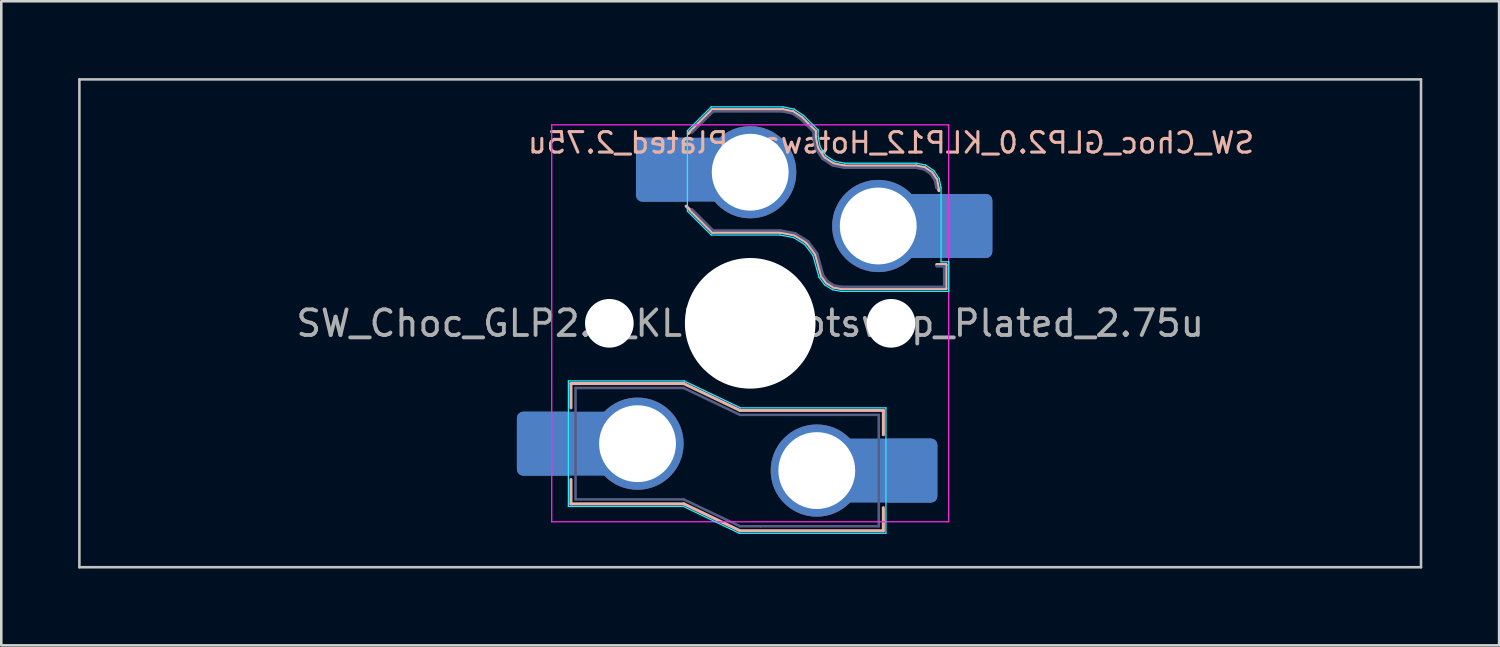
<source format=kicad_pcb>
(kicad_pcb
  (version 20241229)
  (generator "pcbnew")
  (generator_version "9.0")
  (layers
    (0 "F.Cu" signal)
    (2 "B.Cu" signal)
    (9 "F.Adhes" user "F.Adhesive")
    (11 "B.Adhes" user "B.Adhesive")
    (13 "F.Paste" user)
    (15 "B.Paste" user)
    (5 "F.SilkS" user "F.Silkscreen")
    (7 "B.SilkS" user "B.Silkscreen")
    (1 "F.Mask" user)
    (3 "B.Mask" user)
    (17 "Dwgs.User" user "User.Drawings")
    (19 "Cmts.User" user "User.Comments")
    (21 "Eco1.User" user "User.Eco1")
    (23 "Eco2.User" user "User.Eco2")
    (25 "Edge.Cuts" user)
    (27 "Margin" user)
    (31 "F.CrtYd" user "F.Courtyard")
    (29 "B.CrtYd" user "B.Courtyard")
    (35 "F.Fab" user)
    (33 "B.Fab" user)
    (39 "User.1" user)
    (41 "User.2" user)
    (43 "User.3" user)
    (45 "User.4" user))
  (footprint "SW_Choc_GLP2.0_KLP12_Hotswap_Plated_2.75u"
    (layer "F.Cu")
    (at 26.244 9.575)
    (property "Reference" "SW_Choc_GLP2.0_KLP12_Hotswap_Plated_2.75u" (at 5.5 -7.05 0) (layer "B.SilkS") (effects (font (size 0.8 0.8) (thickness 0.12)) (justify mirror)))
    (attr smd)
    (fp_line (start -7 2.35) (end -7 3.3) (stroke (width 0.12) (type solid)) (layer "B.SilkS"))
    (fp_line (start -7 2.35) (end -2.6 2.35) (stroke (width 0.12) (type solid)) (layer "B.SilkS"))
    (fp_line (start -7 7.05) (end -7 6.1) (stroke (width 0.12) (type solid)) (layer "B.SilkS"))
    (fp_line (start -7 7.05) (end -2.59 7.05) (stroke (width 0.12) (type solid)) (layer "B.SilkS"))
    (fp_line (start -2.6 2.35) (end -0.4 3.4) (stroke (width 0.12) (type solid)) (layer "B.SilkS"))
    (fp_line (start -2.59 7.05) (end -0.4 8.1) (stroke (width 0.12) (type solid)) (layer "B.SilkS"))
    (fp_line (start -2.416 -7.409) (end -1.479 -8.346) (stroke (width 0.12) (type solid)) (layer "B.SilkS"))
    (fp_line (start -1.479 -8.346) (end 1.268 -8.346) (stroke (width 0.12) (type solid)) (layer "B.SilkS"))
    (fp_line (start -1.479 -3.554) (end -2.5 -4.575) (stroke (width 0.12) (type solid)) (layer "B.SilkS"))
    (fp_line (start 1.168 -3.554) (end -1.479 -3.554) (stroke (width 0.12) (type solid)) (layer "B.SilkS"))
    (fp_line (start 1.268 -8.346) (end 1.671 -8.266) (stroke (width 0.12) (type solid)) (layer "B.SilkS"))
    (fp_line (start 1.671 -8.266) (end 2.013 -8.037) (stroke (width 0.12) (type solid)) (layer "B.SilkS"))
    (fp_line (start 1.73 -3.449) (end 1.168 -3.554) (stroke (width 0.12) (type solid)) (layer "B.SilkS"))
    (fp_line (start 2.013 -8.037) (end 2.546 -7.504) (stroke (width 0.12) (type solid)) (layer "B.SilkS"))
    (fp_line (start 2.209 -3.15) (end 1.73 -3.449) (stroke (width 0.12) (type solid)) (layer "B.SilkS"))
    (fp_line (start 2.546 -7.504) (end 2.546 -7.282) (stroke (width 0.12) (type solid)) (layer "B.SilkS"))
    (fp_line (start 2.546 -7.282) (end 2.633 -6.844) (stroke (width 0.12) (type solid)) (layer "B.SilkS"))
    (fp_line (start 2.547 -2.697) (end 2.209 -3.15) (stroke (width 0.12) (type solid)) (layer "B.SilkS"))
    (fp_line (start 2.633 -6.844) (end 2.877 -6.477) (stroke (width 0.12) (type solid)) (layer "B.SilkS"))
    (fp_line (start 2.701 -2.139) (end 2.547 -2.697) (stroke (width 0.12) (type solid)) (layer "B.SilkS"))
    (fp_line (start 2.783 -1.841) (end 2.701 -2.139) (stroke (width 0.12) (type solid)) (layer "B.SilkS"))
    (fp_line (start 2.877 -6.477) (end 3.244 -6.233) (stroke (width 0.12) (type solid)) (layer "B.SilkS"))
    (fp_line (start 2.976 -1.583) (end 2.783 -1.841) (stroke (width 0.12) (type solid)) (layer "B.SilkS"))
    (fp_line (start 3.244 -6.233) (end 3.682 -6.146) (stroke (width 0.12) (type solid)) (layer "B.SilkS"))
    (fp_line (start 3.25 -1.413) (end 2.976 -1.583) (stroke (width 0.12) (type solid)) (layer "B.SilkS"))
    (fp_line (start 3.56 -1.354) (end 3.25 -1.413) (stroke (width 0.12) (type solid)) (layer "B.SilkS"))
    (fp_line (start 3.682 -6.146) (end 6.482 -6.146) (stroke (width 0.12) (type solid)) (layer "B.SilkS"))
    (fp_line (start 5.2 3.4) (end -0.4 3.4) (stroke (width 0.12) (type solid)) (layer "B.SilkS"))
    (fp_line (start 5.2 3.4) (end 5.2 4.35) (stroke (width 0.12) (type solid)) (layer "B.SilkS"))
    (fp_line (start 5.2 8.1) (end -0.4 8.1) (stroke (width 0.12) (type solid)) (layer "B.SilkS"))
    (fp_line (start 5.2 8.1) (end 5.2 7.2) (stroke (width 0.12) (type solid)) (layer "B.SilkS"))
    (fp_line (start 6.482 -6.146) (end 6.809 -6.081) (stroke (width 0.12) (type solid)) (layer "B.SilkS"))
    (fp_line (start 6.809 -6.081) (end 7.092 -5.892) (stroke (width 0.12) (type solid)) (layer "B.SilkS"))
    (fp_line (start 7.092 -5.892) (end 7.281 -5.609) (stroke (width 0.12) (type solid)) (layer "B.SilkS"))
    (fp_line (start 7.281 -5.609) (end 7.366 -5.182) (stroke (width 0.12) (type solid)) (layer "B.SilkS"))
    (fp_line (start 7.283 -2.296) (end 7.646 -2.296) (stroke (width 0.12) (type solid)) (layer "B.SilkS"))
    (fp_line (start 7.646 -2.296) (end 7.646 -1.354) (stroke (width 0.12) (type solid)) (layer "B.SilkS"))
    (fp_line (start 7.646 -1.354) (end 3.56 -1.354) (stroke (width 0.12) (type solid)) (layer "B.SilkS"))
    (fp_line (start -26.194 -9.525) (end -26.194 9.525) (stroke (width 0.1) (type default)) (layer "Dwgs.User"))
    (fp_line (start -26.194 -9.525) (end 26.194 -9.525) (stroke (width 0.1) (type solid)) (layer "Dwgs.User"))
    (fp_line (start -26.194 9.525) (end 26.194 9.525) (stroke (width 0.1) (type solid)) (layer "Dwgs.User"))
    (fp_line (start 26.194 -9.525) (end 26.194 9.525) (stroke (width 0.1) (type default)) (layer "Dwgs.User"))
    (fp_line (start -7.1 2.25) (end -7.1 7.15) (stroke (width 0.05) (type solid)) (layer "B.CrtYd"))
    (fp_line (start -7.1 2.25) (end -2.58 2.25) (stroke (width 0.05) (type solid)) (layer "B.CrtYd"))
    (fp_line (start -7.1 7.15) (end -2.615 7.15) (stroke (width 0.05) (type solid)) (layer "B.CrtYd"))
    (fp_line (start -2.615 7.15) (end -0.425 8.2) (stroke (width 0.05) (type solid)) (layer "B.CrtYd"))
    (fp_line (start -2.58 2.25) (end -0.38 3.3) (stroke (width 0.05) (type solid)) (layer "B.CrtYd"))
    (fp_line (start -2.452 -7.523) (end -1.523 -8.452) (stroke (width 0.05) (type solid)) (layer "B.CrtYd"))
    (fp_line (start -2.452 -4.377) (end -2.452 -7.523) (stroke (width 0.05) (type solid)) (layer "B.CrtYd"))
    (fp_line (start -1.523 -8.452) (end 1.278 -8.452) (stroke (width 0.05) (type solid)) (layer "B.CrtYd"))
    (fp_line (start -1.523 -3.448) (end -2.452 -4.377) (stroke (width 0.05) (type solid)) (layer "B.CrtYd"))
    (fp_line (start 1.159 -3.448) (end -1.523 -3.448) (stroke (width 0.05) (type solid)) (layer "B.CrtYd"))
    (fp_line (start 1.278 -8.452) (end 1.712 -8.366) (stroke (width 0.05) (type solid)) (layer "B.CrtYd"))
    (fp_line (start 1.691 -3.348) (end 1.159 -3.448) (stroke (width 0.05) (type solid)) (layer "B.CrtYd"))
    (fp_line (start 1.712 -8.366) (end 2.081 -8.119) (stroke (width 0.05) (type solid)) (layer "B.CrtYd"))
    (fp_line (start 2.081 -8.119) (end 2.652 -7.548) (stroke (width 0.05) (type solid)) (layer "B.CrtYd"))
    (fp_line (start 2.136 -3.071) (end 1.691 -3.348) (stroke (width 0.05) (type solid)) (layer "B.CrtYd"))
    (fp_line (start 2.45 -2.65) (end 2.136 -3.071) (stroke (width 0.05) (type solid)) (layer "B.CrtYd"))
    (fp_line (start 2.599 -2.111) (end 2.45 -2.65) (stroke (width 0.05) (type solid)) (layer "B.CrtYd"))
    (fp_line (start 2.652 -7.548) (end 2.652 -7.292) (stroke (width 0.05) (type solid)) (layer "B.CrtYd"))
    (fp_line (start 2.652 -7.292) (end 2.733 -6.885) (stroke (width 0.05) (type solid)) (layer "B.CrtYd"))
    (fp_line (start 2.687 -1.794) (end 2.599 -2.111) (stroke (width 0.05) (type solid)) (layer "B.CrtYd"))
    (fp_line (start 2.733 -6.885) (end 2.953 -6.553) (stroke (width 0.05) (type solid)) (layer "B.CrtYd"))
    (fp_line (start 2.903 -1.503) (end 2.687 -1.794) (stroke (width 0.05) (type solid)) (layer "B.CrtYd"))
    (fp_line (start 2.953 -6.553) (end 3.285 -6.333) (stroke (width 0.05) (type solid)) (layer "B.CrtYd"))
    (fp_line (start 3.211 -1.312) (end 2.903 -1.503) (stroke (width 0.05) (type solid)) (layer "B.CrtYd"))
    (fp_line (start 3.285 -6.333) (end 3.692 -6.252) (stroke (width 0.05) (type solid)) (layer "B.CrtYd"))
    (fp_line (start 3.55 -1.248) (end 3.211 -1.312) (stroke (width 0.05) (type solid)) (layer "B.CrtYd"))
    (fp_line (start 3.692 -6.252) (end 6.492 -6.252) (stroke (width 0.05) (type solid)) (layer "B.CrtYd"))
    (fp_line (start 5.3 3.3) (end -0.38 3.3) (stroke (width 0.05) (type solid)) (layer "B.CrtYd"))
    (fp_line (start 5.3 3.3) (end 5.3 8.2) (stroke (width 0.05) (type solid)) (layer "B.CrtYd"))
    (fp_line (start 5.3 8.2) (end -0.425 8.2) (stroke (width 0.05) (type solid)) (layer "B.CrtYd"))
    (fp_line (start 6.492 -6.252) (end 6.85 -6.181) (stroke (width 0.05) (type solid)) (layer "B.CrtYd"))
    (fp_line (start 6.85 -6.181) (end 7.168 -5.968) (stroke (width 0.05) (type solid)) (layer "B.CrtYd"))
    (fp_line (start 7.168 -5.968) (end 7.381 -5.65) (stroke (width 0.05) (type solid)) (layer "B.CrtYd"))
    (fp_line (start 7.381 -5.65) (end 7.452 -5.292) (stroke (width 0.05) (type solid)) (layer "B.CrtYd"))
    (fp_line (start 7.452 -5.292) (end 7.452 -2.402) (stroke (width 0.05) (type solid)) (layer "B.CrtYd"))
    (fp_line (start 7.452 -2.402) (end 7.752 -2.402) (stroke (width 0.05) (type solid)) (layer "B.CrtYd"))
    (fp_line (start 7.752 -2.402) (end 7.752 -1.248) (stroke (width 0.05) (type solid)) (layer "B.CrtYd"))
    (fp_line (start 7.752 -1.248) (end 3.55 -1.248) (stroke (width 0.05) (type solid)) (layer "B.CrtYd"))
    (fp_line (start -7.75 7.75) (end -7.75 -7.75) (stroke (width 0.05) (type solid)) (layer "F.CrtYd"))
    (fp_line (start 7.75 -7.75) (end -7.75 -7.75) (stroke (width 0.05) (type solid)) (layer "F.CrtYd"))
    (fp_line (start 7.75 -7.75) (end 7.75 7.75) (stroke (width 0.05) (type solid)) (layer "F.CrtYd"))
    (fp_line (start 7.75 7.75) (end -7.75 7.75) (stroke (width 0.05) (type solid)) (layer "F.CrtYd"))
    (fp_line (start -6.82 2.525) (end -6.82 6.875) (stroke (width 0.1) (type solid)) (layer "B.Fab"))
    (fp_line (start -6.82 2.525) (end -2.6 2.525) (stroke (width 0.1) (type solid)) (layer "B.Fab"))
    (fp_line (start -6.82 6.875) (end -2.6 6.875) (stroke (width 0.1) (type solid)) (layer "B.Fab"))
    (fp_line (start -2.6 2.525) (end -0.4 3.575) (stroke (width 0.1) (type solid)) (layer "B.Fab"))
    (fp_line (start -2.6 6.875) (end -0.4 7.925) (stroke (width 0.1) (type solid)) (layer "B.Fab"))
    (fp_line (start -2.275 -7.45) (end -1.45 -8.275) (stroke (width 0.1) (type solid)) (layer "B.Fab"))
    (fp_line (start -1.45 -8.275) (end 1.261 -8.275) (stroke (width 0.1) (type solid)) (layer "B.Fab"))
    (fp_line (start -1.45 -3.625) (end -2.275 -4.45) (stroke (width 0.1) (type solid)) (layer "B.Fab"))
    (fp_line (start 0.4 7.925) (end -0.4 7.925) (stroke (width 0.1) (type solid)) (layer "B.Fab"))
    (fp_line (start 1.175 -3.625) (end -1.45 -3.625) (stroke (width 0.1) (type solid)) (layer "B.Fab"))
    (fp_line (start 1.261 -8.275) (end 1.643 -8.199) (stroke (width 0.1) (type solid)) (layer "B.Fab"))
    (fp_line (start 1.643 -8.199) (end 1.968 -7.982) (stroke (width 0.1) (type solid)) (layer "B.Fab"))
    (fp_line (start 1.756 -3.516) (end 1.175 -3.625) (stroke (width 0.1) (type solid)) (layer "B.Fab"))
    (fp_line (start 1.968 -7.982) (end 2.475 -7.475) (stroke (width 0.1) (type solid)) (layer "B.Fab"))
    (fp_line (start 2.258 -3.203) (end 1.756 -3.516) (stroke (width 0.1) (type solid)) (layer "B.Fab"))
    (fp_line (start 2.475 -7.475) (end 2.475 -7.275) (stroke (width 0.1) (type solid)) (layer "B.Fab"))
    (fp_line (start 2.475 -7.275) (end 2.566 -6.816) (stroke (width 0.1) (type solid)) (layer "B.Fab"))
    (fp_line (start 2.566 -6.816) (end 2.826 -6.426) (stroke (width 0.1) (type solid)) (layer "B.Fab"))
    (fp_line (start 2.612 -2.729) (end 2.258 -3.203) (stroke (width 0.1) (type solid)) (layer "B.Fab"))
    (fp_line (start 2.769 -2.158) (end 2.612 -2.729) (stroke (width 0.1) (type solid)) (layer "B.Fab"))
    (fp_line (start 2.826 -6.426) (end 3.216 -6.166) (stroke (width 0.1) (type solid)) (layer "B.Fab"))
    (fp_line (start 2.848 -1.873) (end 2.769 -2.158) (stroke (width 0.1) (type solid)) (layer "B.Fab"))
    (fp_line (start 3.025 -1.636) (end 2.848 -1.873) (stroke (width 0.1) (type solid)) (layer "B.Fab"))
    (fp_line (start 3.216 -6.166) (end 3.675 -6.075) (stroke (width 0.1) (type solid)) (layer "B.Fab"))
    (fp_line (start 3.276 -1.48) (end 3.025 -1.636) (stroke (width 0.1) (type solid)) (layer "B.Fab"))
    (fp_line (start 3.567 -1.425) (end 3.276 -1.48) (stroke (width 0.1) (type solid)) (layer "B.Fab"))
    (fp_line (start 3.675 -6.075) (end 6.475 -6.075) (stroke (width 0.1) (type solid)) (layer "B.Fab"))
    (fp_line (start 5.02 3.575) (end -0.4 3.575) (stroke (width 0.1) (type solid)) (layer "B.Fab"))
    (fp_line (start 5.02 3.575) (end 5.02 7.925) (stroke (width 0.1) (type solid)) (layer "B.Fab"))
    (fp_line (start 5.02 7.925) (end 0.4 7.925) (stroke (width 0.1) (type solid)) (layer "B.Fab"))
    (fp_line (start 6.475 -6.075) (end 6.781 -6.014) (stroke (width 0.1) (type solid)) (layer "B.Fab"))
    (fp_line (start 6.781 -6.014) (end 7.041 -5.841) (stroke (width 0.1) (type solid)) (layer "B.Fab"))
    (fp_line (start 7.041 -5.841) (end 7.214 -5.581) (stroke (width 0.1) (type solid)) (layer "B.Fab"))
    (fp_line (start 7.214 -5.581) (end 7.275 -5.275) (stroke (width 0.1) (type solid)) (layer "B.Fab"))
    (fp_line (start 7.275 -2.225) (end 7.575 -2.225) (stroke (width 0.1) (type solid)) (layer "B.Fab"))
    (fp_line (start 7.575 -2.225) (end 7.575 -1.425) (stroke (width 0.1) (type solid)) (layer "B.Fab"))
    (fp_line (start 7.575 -1.425) (end 3.567 -1.425) (stroke (width 0.1) (type solid)) (layer "B.Fab"))
    (fp_rect (start -7.05 -7.05) (end 7.05 7.05) (stroke (width 0.12) (type default)) (fill no) (layer "User.1"))
    (fp_text user "${REFERENCE}" (at 0 0 0) (layer "F.Fab") (effects (font (size 1 1) (thickness 0.15))))
    (pad "" np_thru_hole circle (at -5.5 0) (size 1.9 1.9) (drill 1.9) (layers "*.Cu" "*.Mask"))
    (pad "" np_thru_hole circle (at 0 0) (size 5.1 5.1) (drill 5.1) (layers "*.Cu" "*.Mask"))
    (pad "" np_thru_hole circle (at 5.5 0) (size 1.9 1.9) (drill 1.9) (layers "*.Cu" "*.Mask"))
    (pad "1" thru_hole circle (at 2.6 5.75) (size 3.6 3.6) (drill 3) (layers "*.Cu" "*.Mask"))
    (pad "1" thru_hole circle (at 5 -3.8) (size 3.6 3.6) (drill 3) (layers "*.Cu" "*.Mask"))
    (pad "1" smd roundrect (at 5.383 5.75) (size 3.85 2.5) (layers "B.Cu") (roundrect_rratio 0.1))
    (pad "1" smd roundrect (at 6.229 5.75) (size 2.159 2.5) (layers "B.Cu" "B.Mask" "B.Paste") (roundrect_rratio 0.116))
    (pad "1" smd roundrect (at 7.53 -3.8) (size 3.85 2.5) (layers "B.Cu") (roundrect_rratio 0.1))
    (pad "1" smd roundrect (at 8.376 -3.8) (size 2.159 2.5) (layers "B.Cu" "B.Mask" "B.Paste") (roundrect_rratio 0.116))
    (pad "2" smd roundrect (at -8.03 4.7) (size 2.159 2.5) (layers "B.Cu" "B.Mask" "B.Paste") (roundrect_rratio 0.116))
    (pad "2" smd roundrect (at -7.185 4.699) (size 3.85 2.5) (layers "B.Cu") (roundrect_rratio 0.1))
    (pad "2" thru_hole circle (at -4.4 4.7) (size 3.6 3.6) (drill 3) (layers "*.Cu" "*.Mask"))
    (pad "2" smd roundrect (at -3.381 -6) (size 2.159 2.5) (layers "B.Cu" "B.Mask" "B.Paste") (roundrect_rratio 0.116))
    (pad "2" smd roundrect (at -2.535 -6) (size 3.85 2.5) (layers "B.Cu") (roundrect_rratio 0.1))
    (pad "2" thru_hole circle (at 0 -5.9) (size 3.6 3.6) (drill 3) (layers "*.Cu" "*.Mask")))
  (gr_rect
    (start -3 -3)
    (end 55.487 22.15)
    (stroke (width 0.1) (type default))
    (fill no)
    (layer "Edge.Cuts")))
</source>
